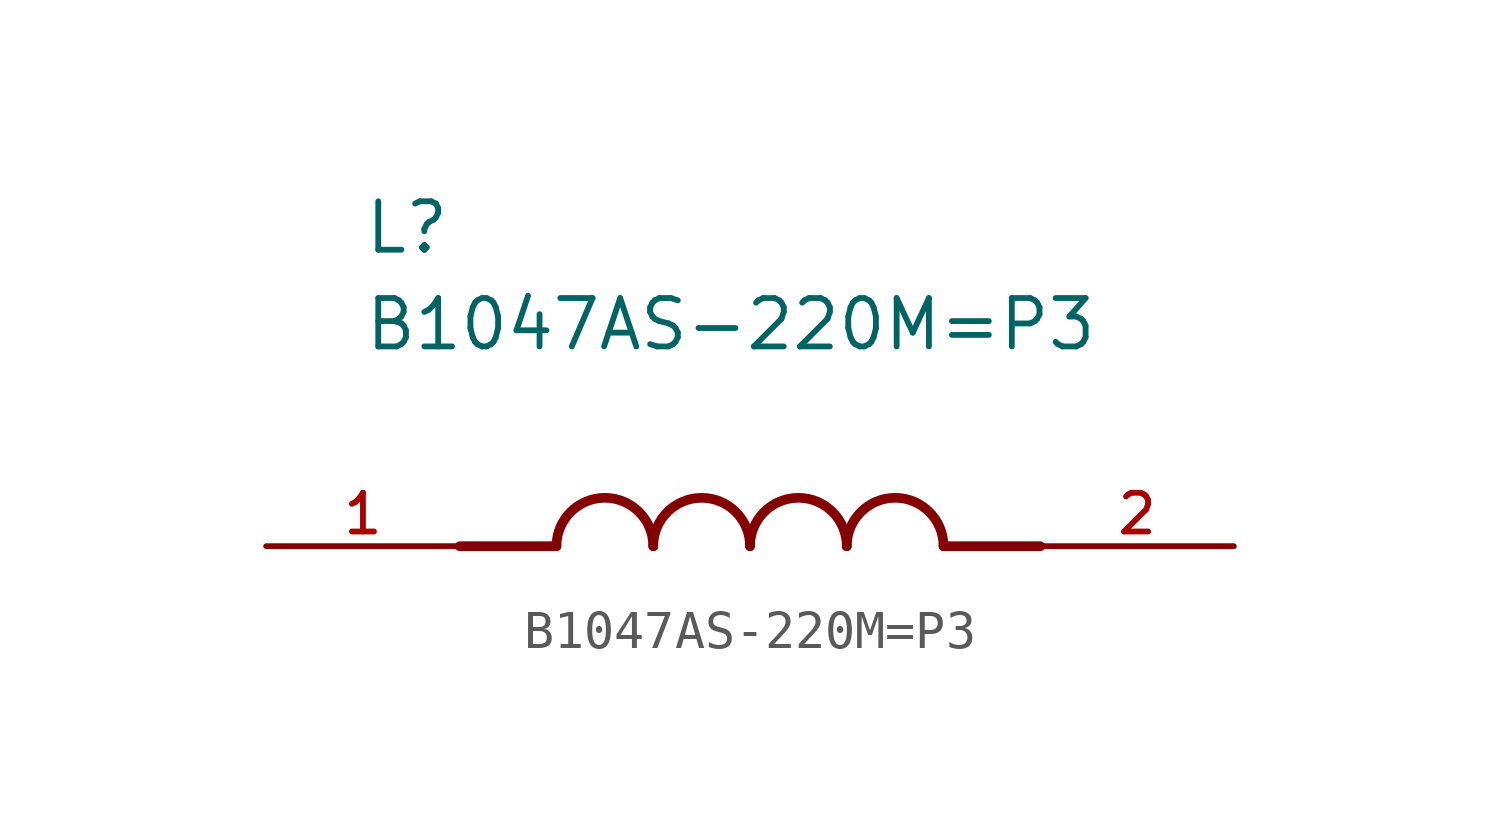
<source format=kicad_sym>
(kicad_symbol_lib
  (version 20211014)
  (generator kicad_symbol_editor)
  (symbol "B1047AS-220M=P3"
    (pin_names
      (offset 1.016))
    (property "Reference" "L"
      (at -10.16 7.62 0)
      (effects (font (size 1.27 1.27)) (justify bottom left)))
    (property "Value" "B1047AS-220M=P3"
      (at -10.16 5.08 0)
      (effects (font (size 1.27 1.27)) (justify bottom left)))
    (symbol "B1047AS-220M=P3_0_0"
      (polyline (pts (xy -5.08 0.0) (xy -7.62 0.0)) (stroke (width 0.254)))
      (polyline (pts (xy 5.08 0.0) (xy 7.62 0.0)) (stroke (width 0.254)))
      (arc (start -2.54 0.0) (mid -3.81 1.27) (end -5.08 0.0) (stroke (width 0.254) (type default) (color 0 0 0 0)) (fill (type none)))
      (arc (start 0.0 0.0) (mid -1.27 1.27) (end -2.54 0.0) (stroke (width 0.254) (type default) (color 0 0 0 0)) (fill (type none)))
      (arc (start 2.54 0.0) (mid 1.27 1.27) (end 0.0 0.0) (stroke (width 0.254) (type default) (color 0 0 0 0)) (fill (type none)))
      (arc (start 5.08 0.0) (mid 3.81 1.27) (end 2.54 0.0) (stroke (width 0.254) (type default) (color 0 0 0 0)) (fill (type none)))
      (pin passive line (at -12.7 0.0 0) (length 5.08) (name "~" (effects (font (size 1.016 1.016)))) (number "1" (effects (font (size 1.016 1.016)))))
      (pin passive line (at 12.7 0.0 180.0) (length 5.08) (name "~" (effects (font (size 1.016 1.016)))) (number "2" (effects (font (size 1.016 1.016))))))))
</source>
